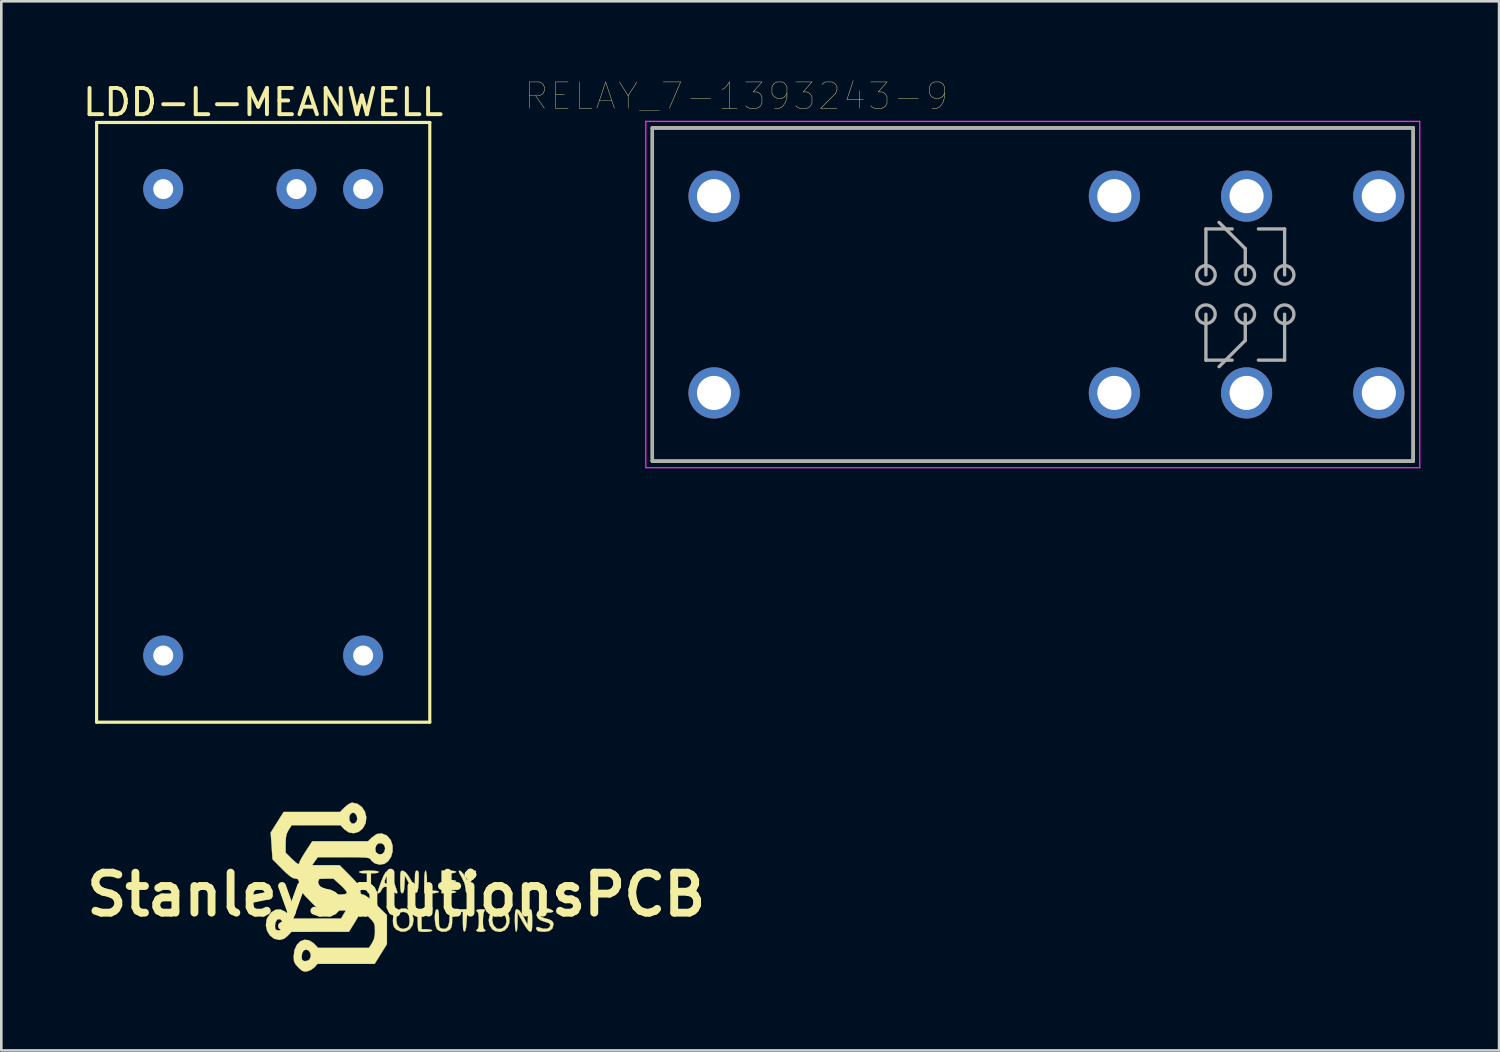
<source format=kicad_pcb>
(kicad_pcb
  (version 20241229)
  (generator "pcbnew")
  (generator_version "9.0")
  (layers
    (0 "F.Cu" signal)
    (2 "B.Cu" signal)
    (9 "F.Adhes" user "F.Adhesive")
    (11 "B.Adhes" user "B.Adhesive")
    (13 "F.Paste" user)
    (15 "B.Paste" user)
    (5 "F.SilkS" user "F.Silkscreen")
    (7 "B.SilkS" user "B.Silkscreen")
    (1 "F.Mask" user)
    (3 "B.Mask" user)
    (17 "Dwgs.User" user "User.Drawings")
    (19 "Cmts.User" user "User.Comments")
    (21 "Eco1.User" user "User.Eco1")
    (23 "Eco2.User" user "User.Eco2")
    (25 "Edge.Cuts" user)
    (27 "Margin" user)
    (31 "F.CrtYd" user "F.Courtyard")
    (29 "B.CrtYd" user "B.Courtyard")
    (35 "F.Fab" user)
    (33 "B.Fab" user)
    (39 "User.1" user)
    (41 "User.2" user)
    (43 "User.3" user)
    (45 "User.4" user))
  (footprint "LDD-L-MEANWELL"
    (layer "F.Cu")
    (at 6.982 0.348)
    (property "Reference" "LDD-L-MEANWELL" (at 0 0.5 0) (layer "F.SilkS") (effects (font (size 1 1) (thickness 0.15))))
    (attr through_hole)
    (fp_line (start -6.35 1.27) (end -6.35 24.13) (stroke (width 0.12) (type solid)) (layer "F.SilkS"))
    (fp_line (start -6.35 24.13) (end 6.35 24.13) (stroke (width 0.12) (type solid)) (layer "F.SilkS"))
    (fp_line (start 6.35 1.27) (end -6.35 1.27) (stroke (width 0.12) (type solid)) (layer "F.SilkS"))
    (fp_line (start 6.35 24.13) (end 6.35 1.27) (stroke (width 0.12) (type solid)) (layer "F.SilkS"))
    (pad "1" thru_hole circle (at -3.81 3.81) (size 1.524 1.524) (drill 0.762) (layers "*.Cu" "*.Mask"))
    (pad "3" thru_hole circle (at 1.27 3.81) (size 1.524 1.524) (drill 0.762) (layers "*.Cu" "*.Mask"))
    (pad "4" thru_hole circle (at 3.81 3.81) (size 1.524 1.524) (drill 0.762) (layers "*.Cu" "*.Mask"))
    (pad "5" thru_hole circle (at 3.81 21.59) (size 1.524 1.524) (drill 0.762) (layers "*.Cu" "*.Mask"))
    (pad "6" thru_hole circle (at -3.81 21.59) (size 1.524 1.524) (drill 0.762) (layers "*.Cu" "*.Mask")))
  (footprint "StanleySolutionsPCB"
    (layer "F.Cu")
    (at 12.054 31.048)
    (property "Reference" "StanleySolutionsPCB" (at 0 0 0) (layer "F.SilkS") (effects (font (size 1.524 1.524) (thickness 0.3))))
    (attr through_hole)
    (fp_poly (pts (xy 1.143 -0.867) (xy 1.161 -0.739) (xy 1.168 -0.551) (xy 1.168 -0.533) (xy 1.168 -0.152) (xy 1.397 -0.152) (xy 1.533 -0.142) (xy 1.615 -0.117) (xy 1.626 -0.102) (xy 1.58 -0.074) (xy 1.461 -0.055) (xy 1.346 -0.051) (xy 1.067 -0.051) (xy 1.067 -0.483) (xy 1.072 -0.693) (xy 1.088 -0.842) (xy 1.111 -0.911) (xy 1.118 -0.914) (xy 1.143 -0.867)) (stroke (width 0.01) (type solid)) (fill yes) (layer "F.SilkS"))
    (fp_poly (pts (xy 0.929 0.579) (xy 0.953 0.651) (xy 0.963 0.794) (xy 0.965 0.94) (xy 0.965 1.321) (xy 1.168 1.321) (xy 1.296 1.332) (xy 1.366 1.36) (xy 1.372 1.372) (xy 1.327 1.399) (xy 1.217 1.416) (xy 1.079 1.422) (xy 0.947 1.416) (xy 0.859 1.397) (xy 0.847 1.389) (xy 0.831 1.325) (xy 0.819 1.187) (xy 0.813 1.001) (xy 0.813 0.957) (xy 0.817 0.751) (xy 0.83 0.628) (xy 0.857 0.57) (xy 0.889 0.559) (xy 0.929 0.579)) (stroke (width 0.01) (type solid)) (fill yes) (layer "F.SilkS"))
    (fp_poly (pts (xy -0.849 -0.908) (xy -0.716 -0.891) (xy -0.661 -0.866) (xy -0.66 -0.864) (xy -0.705 -0.828) (xy -0.811 -0.813) (xy -0.813 -0.813) (xy -0.965 -0.813) (xy -0.965 -0.432) (xy -0.969 -0.231) (xy -0.984 -0.113) (xy -1.012 -0.06) (xy -1.041 -0.051) (xy -1.082 -0.071) (xy -1.105 -0.143) (xy -1.116 -0.286) (xy -1.118 -0.432) (xy -1.118 -0.813) (xy -1.27 -0.813) (xy -1.377 -0.828) (xy -1.422 -0.863) (xy -1.422 -0.864) (xy -1.375 -0.889) (xy -1.247 -0.907) (xy -1.059 -0.914) (xy -1.041 -0.914) (xy -0.849 -0.908)) (stroke (width 0.01) (type solid)) (fill yes) (layer "F.SilkS"))
    (fp_poly (pts (xy 2.824 0.565) (xy 2.944 0.583) (xy 2.972 0.61) (xy 2.902 0.649) (xy 2.819 0.66) (xy 2.755 0.667) (xy 2.717 0.701) (xy 2.697 0.783) (xy 2.686 0.937) (xy 2.682 1.025) (xy 2.664 1.244) (xy 2.633 1.375) (xy 2.603 1.41) (xy 2.569 1.393) (xy 2.549 1.304) (xy 2.541 1.132) (xy 2.54 1.046) (xy 2.54 0.66) (xy 2.388 0.66) (xy 2.281 0.646) (xy 2.235 0.61) (xy 2.235 0.61) (xy 2.283 0.584) (xy 2.411 0.566) (xy 2.599 0.559) (xy 2.619 0.559) (xy 2.824 0.565)) (stroke (width 0.01) (type solid)) (fill yes) (layer "F.SilkS"))
    (fp_poly (pts (xy 3.04 -0.902) (xy 3.034 -0.854) (xy 2.974 -0.751) (xy 2.921 -0.671) (xy 2.813 -0.434) (xy 2.794 -0.268) (xy 2.783 -0.121) (xy 2.746 -0.057) (xy 2.718 -0.051) (xy 2.662 -0.088) (xy 2.642 -0.207) (xy 2.642 -0.236) (xy 2.603 -0.432) (xy 2.497 -0.656) (xy 2.49 -0.667) (xy 2.406 -0.817) (xy 2.384 -0.896) (xy 2.409 -0.914) (xy 2.479 -0.875) (xy 2.565 -0.775) (xy 2.593 -0.734) (xy 2.704 -0.553) (xy 2.827 -0.734) (xy 2.913 -0.845) (xy 2.983 -0.909) (xy 2.999 -0.914) (xy 3.04 -0.902)) (stroke (width 0.01) (type solid)) (fill yes) (layer "F.SilkS"))
    (fp_poly (pts (xy 3.353 0.566) (xy 3.384 0.591) (xy 3.363 0.62) (xy 3.332 0.695) (xy 3.312 0.829) (xy 3.303 0.989) (xy 3.306 1.145) (xy 3.321 1.266) (xy 3.349 1.32) (xy 3.353 1.321) (xy 3.402 1.359) (xy 3.404 1.372) (xy 3.359 1.405) (xy 3.249 1.422) (xy 3.226 1.422) (xy 3.108 1.41) (xy 3.05 1.378) (xy 3.048 1.372) (xy 3.087 1.322) (xy 3.099 1.321) (xy 3.125 1.274) (xy 3.144 1.151) (xy 3.15 0.991) (xy 3.142 0.818) (xy 3.123 0.7) (xy 3.099 0.66) (xy 3.049 0.622) (xy 3.048 0.61) (xy 3.093 0.577) (xy 3.204 0.56) (xy 3.236 0.559) (xy 3.353 0.566)) (stroke (width 0.01) (type solid)) (fill yes) (layer "F.SilkS"))
    (fp_poly (pts (xy 2.109 0.606) (xy 2.127 0.731) (xy 2.134 0.907) (xy 2.127 1.111) (xy 2.103 1.241) (xy 2.057 1.322) (xy 2.041 1.338) (xy 1.899 1.411) (xy 1.737 1.416) (xy 1.597 1.357) (xy 1.552 1.309) (xy 1.506 1.199) (xy 1.479 1.044) (xy 1.469 0.874) (xy 1.478 0.717) (xy 1.505 0.602) (xy 1.549 0.559) (xy 1.591 0.58) (xy 1.615 0.655) (xy 1.625 0.803) (xy 1.626 0.913) (xy 1.628 1.1) (xy 1.64 1.209) (xy 1.671 1.265) (xy 1.728 1.293) (xy 1.761 1.302) (xy 1.889 1.301) (xy 1.975 1.219) (xy 2.021 1.051) (xy 2.032 0.854) (xy 2.04 0.696) (xy 2.061 0.589) (xy 2.083 0.559) (xy 2.109 0.606)) (stroke (width 0.01) (type solid)) (fill yes) (layer "F.SilkS"))
    (fp_poly (pts (xy 4.011 0.533) (xy 4.171 0.61) (xy 4.273 0.743) (xy 4.318 0.909) (xy 4.309 1.082) (xy 4.247 1.241) (xy 4.135 1.362) (xy 3.975 1.42) (xy 3.933 1.422) (xy 3.767 1.39) (xy 3.663 1.326) (xy 3.556 1.163) (xy 3.523 0.982) (xy 3.527 0.962) (xy 3.655 0.962) (xy 3.692 1.128) (xy 3.737 1.208) (xy 3.845 1.305) (xy 3.976 1.307) (xy 4.063 1.27) (xy 4.167 1.166) (xy 4.203 1.024) (xy 4.179 0.874) (xy 4.103 0.746) (xy 3.981 0.67) (xy 3.912 0.66) (xy 3.774 0.702) (xy 3.685 0.811) (xy 3.655 0.962) (xy 3.527 0.962) (xy 3.556 0.807) (xy 3.644 0.657) (xy 3.777 0.556) (xy 3.947 0.524) (xy 4.011 0.533)) (stroke (width 0.01) (type solid)) (fill yes) (layer "F.SilkS"))
    (fp_poly (pts (xy 0.507 0.604) (xy 0.614 0.747) (xy 0.66 0.947) (xy 0.66 0.973) (xy 0.62 1.172) (xy 0.513 1.32) (xy 0.362 1.405) (xy 0.188 1.416) (xy 0.013 1.341) (xy -0.007 1.325) (xy -0.087 1.236) (xy -0.121 1.113) (xy -0.127 0.991) (xy -0.125 0.959) (xy 0 0.959) (xy 0.033 1.148) (xy 0.124 1.269) (xy 0.258 1.311) (xy 0.41 1.268) (xy 0.478 1.2) (xy 0.506 1.073) (xy 0.508 0.999) (xy 0.487 0.81) (xy 0.416 0.702) (xy 0.288 0.661) (xy 0.254 0.66) (xy 0.105 0.693) (xy 0.023 0.796) (xy 0 0.959) (xy -0.125 0.959) (xy -0.115 0.827) (xy -0.068 0.717) (xy 0.021 0.626) (xy 0.191 0.533) (xy 0.359 0.53) (xy 0.507 0.604)) (stroke (width 0.01) (type solid)) (fill yes) (layer "F.SilkS"))
    (fp_poly (pts (xy 0.828 -0.899) (xy 0.85 -0.84) (xy 0.857 -0.718) (xy 0.854 -0.515) (xy 0.853 -0.496) (xy 0.836 -0.251) (xy 0.804 -0.107) (xy 0.752 -0.061) (xy 0.678 -0.112) (xy 0.578 -0.26) (xy 0.508 -0.386) (xy 0.33 -0.723) (xy 0.315 -0.387) (xy 0.301 -0.195) (xy 0.275 -0.089) (xy 0.235 -0.052) (xy 0.226 -0.051) (xy 0.189 -0.071) (xy 0.167 -0.143) (xy 0.155 -0.283) (xy 0.152 -0.486) (xy 0.154 -0.696) (xy 0.161 -0.824) (xy 0.18 -0.888) (xy 0.215 -0.908) (xy 0.262 -0.905) (xy 0.362 -0.844) (xy 0.481 -0.685) (xy 0.541 -0.584) (xy 0.71 -0.279) (xy 0.711 -0.597) (xy 0.716 -0.777) (xy 0.735 -0.876) (xy 0.773 -0.912) (xy 0.789 -0.914) (xy 0.828 -0.899)) (stroke (width 0.01) (type solid)) (fill yes) (layer "F.SilkS"))
    (fp_poly (pts (xy 5.145 0.579) (xy 5.168 0.651) (xy 5.179 0.793) (xy 5.182 0.994) (xy 5.179 1.206) (xy 5.17 1.335) (xy 5.15 1.398) (xy 5.115 1.415) (xy 5.096 1.413) (xy 5.033 1.363) (xy 4.942 1.245) (xy 4.841 1.083) (xy 4.818 1.041) (xy 4.624 0.686) (xy 4.624 1.054) (xy 4.617 1.241) (xy 4.599 1.371) (xy 4.573 1.422) (xy 4.572 1.422) (xy 4.547 1.375) (xy 4.53 1.243) (xy 4.522 1.046) (xy 4.521 0.991) (xy 4.524 0.779) (xy 4.533 0.65) (xy 4.554 0.584) (xy 4.591 0.56) (xy 4.612 0.559) (xy 4.695 0.607) (xy 4.798 0.751) (xy 4.854 0.851) (xy 5.004 1.143) (xy 5.019 0.851) (xy 5.036 0.673) (xy 5.067 0.581) (xy 5.108 0.559) (xy 5.145 0.579)) (stroke (width 0.01) (type solid)) (fill yes) (layer "F.SilkS"))
    (fp_poly (pts (xy 2.16 -0.906) (xy 2.261 -0.885) (xy 2.286 -0.864) (xy 2.241 -0.833) (xy 2.126 -0.815) (xy 2.057 -0.813) (xy 1.916 -0.808) (xy 1.849 -0.782) (xy 1.83 -0.72) (xy 1.829 -0.686) (xy 1.838 -0.607) (xy 1.885 -0.57) (xy 1.996 -0.559) (xy 2.057 -0.559) (xy 2.194 -0.549) (xy 2.276 -0.523) (xy 2.286 -0.508) (xy 2.241 -0.478) (xy 2.126 -0.46) (xy 2.057 -0.457) (xy 1.917 -0.453) (xy 1.85 -0.427) (xy 1.83 -0.362) (xy 1.829 -0.305) (xy 1.835 -0.211) (xy 1.874 -0.167) (xy 1.971 -0.153) (xy 2.057 -0.152) (xy 2.194 -0.142) (xy 2.276 -0.117) (xy 2.286 -0.102) (xy 2.24 -0.074) (xy 2.122 -0.055) (xy 2.007 -0.051) (xy 1.727 -0.051) (xy 1.727 -0.914) (xy 2.007 -0.914) (xy 2.16 -0.906)) (stroke (width 0.01) (type solid)) (fill yes) (layer "F.SilkS"))
    (fp_poly (pts (xy 5.859 0.555) (xy 5.969 0.612) (xy 5.982 0.656) (xy 5.9 0.682) (xy 5.755 0.689) (xy 5.6 0.696) (xy 5.521 0.726) (xy 5.497 0.773) (xy 5.52 0.848) (xy 5.623 0.891) (xy 5.825 0.946) (xy 5.942 1.01) (xy 5.991 1.095) (xy 5.994 1.138) (xy 5.952 1.293) (xy 5.831 1.389) (xy 5.648 1.418) (xy 5.506 1.409) (xy 5.405 1.392) (xy 5.397 1.389) (xy 5.34 1.322) (xy 5.334 1.286) (xy 5.361 1.234) (xy 5.423 1.246) (xy 5.615 1.303) (xy 5.766 1.296) (xy 5.837 1.251) (xy 5.877 1.157) (xy 5.822 1.088) (xy 5.669 1.039) (xy 5.666 1.038) (xy 5.519 0.988) (xy 5.407 0.911) (xy 5.405 0.909) (xy 5.348 0.792) (xy 5.373 0.68) (xy 5.463 0.59) (xy 5.597 0.535) (xy 5.759 0.53) (xy 5.859 0.555)) (stroke (width 0.01) (type solid)) (fill yes) (layer "F.SilkS"))
    (fp_poly (pts (xy -0.246 -0.822) (xy -0.162 -0.654) (xy -0.096 -0.485) (xy -0.021 -0.28) (xy 0.024 -0.151) (xy 0.041 -0.082) (xy 0.035 -0.055) (xy 0.007 -0.05) (xy -0.02 -0.051) (xy -0.084 -0.094) (xy -0.122 -0.178) (xy -0.163 -0.266) (xy -0.248 -0.301) (xy -0.332 -0.305) (xy -0.465 -0.289) (xy -0.536 -0.227) (xy -0.559 -0.178) (xy -0.611 -0.091) (xy -0.67 -0.048) (xy -0.708 -0.066) (xy -0.711 -0.089) (xy -0.694 -0.151) (xy -0.65 -0.284) (xy -0.587 -0.459) (xy -0.569 -0.508) (xy -0.568 -0.51) (xy -0.448 -0.51) (xy -0.432 -0.432) (xy -0.338 -0.406) (xy -0.335 -0.406) (xy -0.257 -0.414) (xy -0.235 -0.454) (xy -0.259 -0.557) (xy -0.268 -0.587) (xy -0.306 -0.702) (xy -0.334 -0.73) (xy -0.372 -0.681) (xy -0.389 -0.651) (xy -0.448 -0.51) (xy -0.568 -0.51) (xy -0.476 -0.734) (xy -0.396 -0.861) (xy -0.322 -0.891) (xy -0.246 -0.822)) (stroke (width 0.01) (type solid)) (fill yes) (layer "F.SilkS"))
    (fp_poly (pts (xy -1.475 -3.459) (xy -1.308 -3.336) (xy -1.192 -3.158) (xy -1.14 -2.946) (xy -1.167 -2.722) (xy -1.168 -2.718) (xy -1.276 -2.52) (xy -1.432 -2.391) (xy -1.615 -2.338) (xy -1.803 -2.366) (xy -1.975 -2.482) (xy -1.981 -2.489) (xy -2.124 -2.642) (xy -3.056 -2.641) (xy -3.988 -2.64) (xy -4.102 -2.464) (xy -4.17 -2.332) (xy -4.205 -2.18) (xy -4.216 -1.969) (xy -4.216 -1.942) (xy -4.216 -1.596) (xy -3.962 -1.346) (xy -3.823 -1.219) (xy -3.737 -1.162) (xy -3.708 -1.176) (xy -3.682 -1.253) (xy -3.611 -1.389) (xy -3.508 -1.562) (xy -3.455 -1.644) (xy -3.387 -1.749) (xy -0.798 -1.749) (xy -0.78 -1.629) (xy -0.761 -1.6) (xy -0.651 -1.531) (xy -0.534 -1.548) (xy -0.456 -1.628) (xy -0.423 -1.766) (xy -0.461 -1.884) (xy -0.553 -1.954) (xy -0.68 -1.951) (xy -0.686 -1.949) (xy -0.764 -1.872) (xy -0.798 -1.749) (xy -3.387 -1.749) (xy -3.202 -2.032) (xy -1.075 -2.032) (xy -0.922 -2.184) (xy -0.743 -2.308) (xy -0.555 -2.331) (xy -0.368 -2.255) (xy -0.338 -2.232) (xy -0.206 -2.071) (xy -0.14 -1.868) (xy -0.138 -1.648) (xy -0.196 -1.439) (xy -0.311 -1.267) (xy -0.455 -1.169) (xy -0.634 -1.141) (xy -0.809 -1.185) (xy -0.944 -1.289) (xy -0.969 -1.328) (xy -0.993 -1.361) (xy -1.036 -1.385) (xy -1.11 -1.402) (xy -1.23 -1.413) (xy -1.411 -1.419) (xy -1.664 -1.422) (xy -2.005 -1.422) (xy -2.99 -1.422) (xy -3.099 -1.27) (xy -3.207 -1.118) (xy -2.157 -1.118) (xy -1.764 -0.723) (xy -1.585 -0.537) (xy -1.468 -0.402) (xy -1.402 -0.3) (xy -1.375 -0.213) (xy -1.372 -0.164) (xy -1.359 -0.048) (xy -1.308 -0.004) (xy -1.264 0) (xy -1.176 0.037) (xy -1.035 0.139) (xy -0.852 0.299) (xy -0.756 0.39) (xy -0.356 0.78) (xy -0.356 1.891) (xy -0.589 2.266) (xy -0.823 2.642) (xy -3.002 2.642) (xy -3.114 2.769) (xy -3.246 2.87) (xy -3.39 2.927) (xy -3.502 2.936) (xy -3.596 2.9) (xy -3.71 2.802) (xy -3.733 2.78) (xy -3.846 2.651) (xy -3.898 2.534) (xy -3.912 2.377) (xy -3.912 2.365) (xy -3.91 2.354) (xy -3.607 2.354) (xy -3.594 2.471) (xy -3.573 2.506) (xy -3.478 2.54) (xy -3.364 2.513) (xy -3.304 2.467) (xy -3.257 2.354) (xy -3.271 2.238) (xy -3.33 2.144) (xy -3.418 2.097) (xy -3.516 2.122) (xy -3.526 2.13) (xy -3.582 2.223) (xy -3.607 2.354) (xy -3.91 2.354) (xy -3.879 2.112) (xy -3.789 1.915) (xy -3.657 1.782) (xy -3.497 1.722) (xy -3.323 1.743) (xy -3.149 1.855) (xy -3.124 1.88) (xy -2.978 2.032) (xy -1.041 2.031) (xy -0.927 1.854) (xy -0.849 1.693) (xy -0.816 1.499) (xy -0.813 1.383) (xy -0.817 1.221) (xy -0.84 1.11) (xy -0.9 1.012) (xy -1.012 0.892) (xy -1.056 0.849) (xy -1.209 0.704) (xy -1.306 0.629) (xy -1.357 0.618) (xy -1.372 0.665) (xy -1.372 0.667) (xy -1.397 0.735) (xy -1.464 0.863) (xy -1.56 1.027) (xy -1.587 1.071) (xy -1.803 1.418) (xy -2.899 1.42) (xy -3.994 1.422) (xy -4.14 1.575) (xy -4.281 1.687) (xy -4.435 1.726) (xy -4.47 1.727) (xy -4.66 1.682) (xy -4.815 1.56) (xy -4.922 1.386) (xy -4.968 1.187) (xy -4.623 1.187) (xy -4.61 1.303) (xy -4.589 1.338) (xy -4.496 1.372) (xy -4.395 1.344) (xy -4.349 1.291) (xy -4.322 1.146) (xy -4.346 1.023) (xy -4.409 0.946) (xy -4.495 0.936) (xy -4.547 0.965) (xy -4.6 1.057) (xy -4.623 1.187) (xy -4.968 1.187) (xy -4.969 1.181) (xy -4.946 0.97) (xy -4.908 0.875) (xy -4.766 0.68) (xy -4.596 0.577) (xy -4.412 0.568) (xy -4.226 0.656) (xy -4.137 0.737) (xy -3.969 0.914) (xy -2.105 0.914) (xy -1.925 0.61) (xy -2.924 0.61) (xy -3.29 0.241) (xy -3.461 0.064) (xy -3.572 -0.066) (xy -3.638 -0.174) (xy -3.674 -0.28) (xy -3.689 -0.369) (xy -3.713 -0.506) (xy -3.201 -0.506) (xy -3.154 -0.406) (xy -3.025 -0.258) (xy -2.987 -0.218) (xy -2.773 0) (xy -2.326 0) (xy -2.103 -0.004) (xy -1.965 -0.016) (xy -1.896 -0.04) (xy -1.88 -0.071) (xy -1.915 -0.14) (xy -2.008 -0.249) (xy -2.138 -0.375) (xy -2.396 -0.607) (xy -2.798 -0.604) (xy -3.027 -0.595) (xy -3.16 -0.566) (xy -3.201 -0.506) (xy -3.713 -0.506) (xy -3.715 -0.515) (xy -3.752 -0.586) (xy -3.818 -0.608) (xy -3.856 -0.61) (xy -3.947 -0.633) (xy -4.065 -0.71) (xy -4.224 -0.85) (xy -4.354 -0.978) (xy -4.717 -1.346) (xy -4.787 -2.365) (xy -4.54 -2.757) (xy -4.403 -2.974) (xy -1.789 -2.974) (xy -1.782 -2.835) (xy -1.773 -2.807) (xy -1.7 -2.71) (xy -1.603 -2.706) (xy -1.521 -2.772) (xy -1.485 -2.878) (xy -1.506 -2.999) (xy -1.571 -3.094) (xy -1.646 -3.124) (xy -1.739 -3.081) (xy -1.789 -2.974) (xy -4.403 -2.974) (xy -4.293 -3.149) (xy -2.144 -3.15) (xy -1.966 -3.327) (xy -1.84 -3.432) (xy -1.722 -3.496) (xy -1.679 -3.505) (xy -1.475 -3.459)) (stroke (width 0.01) (type solid)) (fill yes) (layer "F.SilkS")))
  (footprint "RELAY_7-1393243-9"
    (layer "F.Cu")
    (at 36.316 8.177)
    (property "Reference" "RELAY_7-1393243-9" (at -11.3 -7.565 0) (layer "F.SilkS") (effects (font (size 1.001 1.001) (thickness 0.015))))
    (attr through_hole)
    (fp_line (start -14.5 -6.35) (end 14.5 -6.35) (stroke (width 0.127) (type solid)) (layer "F.SilkS"))
    (fp_line (start -14.5 6.35) (end -14.5 -6.35) (stroke (width 0.127) (type solid)) (layer "F.SilkS"))
    (fp_line (start 14.5 -6.35) (end 14.5 6.35) (stroke (width 0.127) (type solid)) (layer "F.SilkS"))
    (fp_line (start 14.5 6.35) (end -14.5 6.35) (stroke (width 0.127) (type solid)) (layer "F.SilkS"))
    (fp_line (start -14.75 -6.6) (end 14.75 -6.6) (stroke (width 0.05) (type solid)) (layer "F.CrtYd"))
    (fp_line (start -14.75 6.6) (end -14.75 -6.6) (stroke (width 0.05) (type solid)) (layer "F.CrtYd"))
    (fp_line (start 14.75 -6.6) (end 14.75 6.6) (stroke (width 0.05) (type solid)) (layer "F.CrtYd"))
    (fp_line (start 14.75 6.6) (end -14.75 6.6) (stroke (width 0.05) (type solid)) (layer "F.CrtYd"))
    (fp_line (start -14.5 -6.35) (end 14.5 -6.35) (stroke (width 0.127) (type solid)) (layer "F.Fab"))
    (fp_line (start -14.5 6.35) (end -14.5 -6.35) (stroke (width 0.127) (type solid)) (layer "F.Fab"))
    (fp_line (start 6.6 -2.5) (end 6.6 -0.75) (stroke (width 0.127) (type solid)) (layer "F.Fab"))
    (fp_line (start 6.6 0.75) (end 6.6 2.5) (stroke (width 0.127) (type solid)) (layer "F.Fab"))
    (fp_line (start 6.6 2.5) (end 7.6 2.5) (stroke (width 0.127) (type solid)) (layer "F.Fab"))
    (fp_line (start 7.6 -2.5) (end 6.6 -2.5) (stroke (width 0.127) (type solid)) (layer "F.Fab"))
    (fp_line (start 8.1 -1.75) (end 7.1 -2.75) (stroke (width 0.127) (type solid)) (layer "F.Fab"))
    (fp_line (start 8.1 -1.75) (end 8.1 -0.75) (stroke (width 0.127) (type solid)) (layer "F.Fab"))
    (fp_line (start 8.1 1.75) (end 7.1 2.75) (stroke (width 0.127) (type solid)) (layer "F.Fab"))
    (fp_line (start 8.1 1.75) (end 8.1 0.75) (stroke (width 0.127) (type solid)) (layer "F.Fab"))
    (fp_line (start 8.6 2.5) (end 9.6 2.5) (stroke (width 0.127) (type solid)) (layer "F.Fab"))
    (fp_line (start 9.6 -2.5) (end 8.6 -2.5) (stroke (width 0.127) (type solid)) (layer "F.Fab"))
    (fp_line (start 9.6 -0.75) (end 9.6 -2.5) (stroke (width 0.127) (type solid)) (layer "F.Fab"))
    (fp_line (start 9.6 2.5) (end 9.6 0.75) (stroke (width 0.127) (type solid)) (layer "F.Fab"))
    (fp_line (start 14.5 -6.35) (end 14.5 6.35) (stroke (width 0.127) (type solid)) (layer "F.Fab"))
    (fp_line (start 14.5 6.35) (end -14.5 6.35) (stroke (width 0.127) (type solid)) (layer "F.Fab"))
    (fp_circle (center 6.6 -0.75) (end 6.954 -0.75) (stroke (width 0.127) (type solid)) (fill no) (layer "F.Fab"))
    (fp_circle (center 6.6 0.75) (end 6.954 0.75) (stroke (width 0.127) (type solid)) (fill no) (layer "F.Fab"))
    (fp_circle (center 8.1 -0.75) (end 8.454 -0.75) (stroke (width 0.127) (type solid)) (fill no) (layer "F.Fab"))
    (fp_circle (center 8.1 0.75) (end 8.454 0.75) (stroke (width 0.127) (type solid)) (fill no) (layer "F.Fab"))
    (fp_circle (center 9.6 -0.75) (end 9.954 -0.75) (stroke (width 0.127) (type solid)) (fill no) (layer "F.Fab"))
    (fp_circle (center 9.6 0.75) (end 9.954 0.75) (stroke (width 0.127) (type solid)) (fill no) (layer "F.Fab"))
    (pad "11" thru_hole circle (at 8.15 3.75) (size 1.95 1.95) (drill 1.3) (layers "*.Cu" "*.Mask"))
    (pad "12" thru_hole circle (at 3.11 3.75) (size 1.95 1.95) (drill 1.3) (layers "*.Cu" "*.Mask"))
    (pad "14" thru_hole circle (at 13.19 3.75) (size 1.95 1.95) (drill 1.3) (layers "*.Cu" "*.Mask"))
    (pad "21" thru_hole circle (at 8.15 -3.75) (size 1.95 1.95) (drill 1.3) (layers "*.Cu" "*.Mask"))
    (pad "22" thru_hole circle (at 3.11 -3.75) (size 1.95 1.95) (drill 1.3) (layers "*.Cu" "*.Mask"))
    (pad "24" thru_hole circle (at 13.19 -3.75) (size 1.95 1.95) (drill 1.3) (layers "*.Cu" "*.Mask"))
    (pad "A1" thru_hole circle (at -12.15 3.75) (size 1.95 1.95) (drill 1.3) (layers "*.Cu" "*.Mask"))
    (pad "A2" thru_hole circle (at -12.15 -3.75) (size 1.95 1.95) (drill 1.3) (layers "*.Cu" "*.Mask")))
  (gr_rect
    (start -3 -3)
    (end 54.091 36.989)
    (stroke (width 0.1) (type default))
    (fill no)
    (layer "Edge.Cuts")))
</source>
